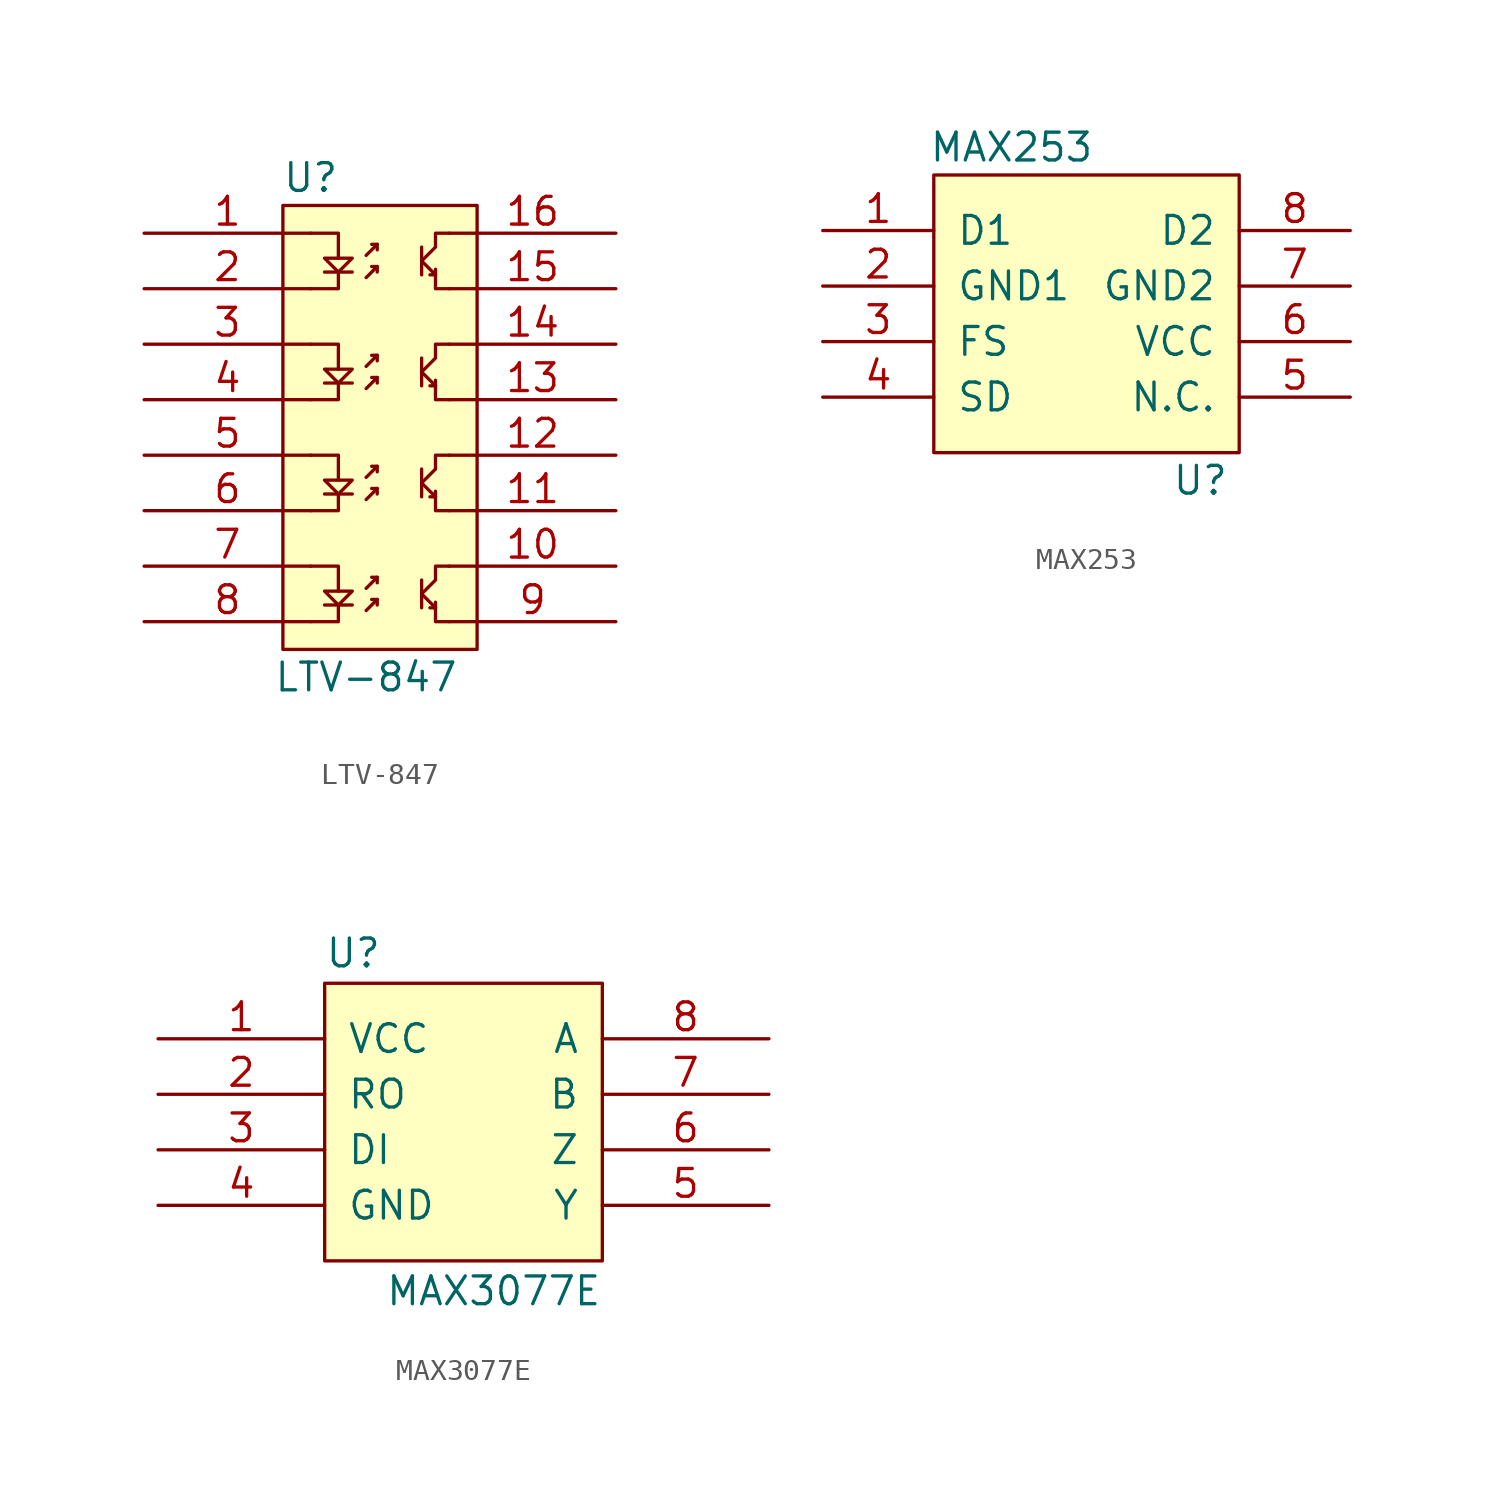
<source format=kicad_sym>
(kicad_symbol_lib
  (version 20211014)
  (generator kicad_symbol_editor)
  (symbol "LTV-847"
    (pin_names
      (offset 1.016))
    (property "Reference" "U"
      (at 7.62 2.54 0)
      (effects (font (size 1.27 1.27))))
    (property "Value" "LTV-847"
      (at 10.16 -20.32 0)
      (effects (font (size 1.27 1.27))))
    (property "Footprint" ""
      (at 0 3.81 0)
      (effects (font (size 1.524 1.524))))
    (property "Datasheet" ""
      (at 0 3.81 0)
      (effects (font (size 1.524 1.524))))
    (symbol "LTV-847_0_1"
      (polyline (pts (xy 8.255 -17.018) (xy 9.525 -17.018)) (stroke (width 0) (type default) (color 0 0 0 0)) (fill (type none)))
      (polyline (pts (xy 8.255 -11.938) (xy 9.525 -11.938)) (stroke (width 0) (type default) (color 0 0 0 0)) (fill (type none)))
      (polyline (pts (xy 8.255 -6.858) (xy 9.525 -6.858)) (stroke (width 0) (type default) (color 0 0 0 0)) (fill (type none)))
      (polyline (pts (xy 8.255 -1.778) (xy 9.525 -1.778)) (stroke (width 0) (type default) (color 0 0 0 0)) (fill (type none)))
      (polyline (pts (xy 10.668 -16.764) (xy 10.668 -17.018)) (stroke (width 0) (type default) (color 0 0 0 0)) (fill (type none)))
      (polyline (pts (xy 10.668 -15.748) (xy 10.668 -16.002)) (stroke (width 0) (type default) (color 0 0 0 0)) (fill (type none)))
      (polyline (pts (xy 10.668 -11.684) (xy 10.668 -11.938)) (stroke (width 0) (type default) (color 0 0 0 0)) (fill (type none)))
      (polyline (pts (xy 10.668 -10.668) (xy 10.668 -10.922)) (stroke (width 0) (type default) (color 0 0 0 0)) (fill (type none)))
      (polyline (pts (xy 10.668 -6.604) (xy 10.668 -6.858)) (stroke (width 0) (type default) (color 0 0 0 0)) (fill (type none)))
      (polyline (pts (xy 10.668 -5.588) (xy 10.668 -5.842)) (stroke (width 0) (type default) (color 0 0 0 0)) (fill (type none)))
      (polyline (pts (xy 10.668 -1.524) (xy 10.668 -1.778)) (stroke (width 0) (type default) (color 0 0 0 0)) (fill (type none)))
      (polyline (pts (xy 10.668 -0.508) (xy 10.668 -0.762)) (stroke (width 0) (type default) (color 0 0 0 0)) (fill (type none)))
      (polyline (pts (xy 12.7 -15.875) (xy 12.7 -17.145)) (stroke (width 0) (type default) (color 0 0 0 0)) (fill (type none)))
      (polyline (pts (xy 12.7 -10.795) (xy 12.7 -12.065)) (stroke (width 0) (type default) (color 0 0 0 0)) (fill (type none)))
      (polyline (pts (xy 12.7 -5.715) (xy 12.7 -6.985)) (stroke (width 0) (type default) (color 0 0 0 0)) (fill (type none)))
      (polyline (pts (xy 12.7 -0.635) (xy 12.7 -1.905)) (stroke (width 0) (type default) (color 0 0 0 0)) (fill (type none)))
      (polyline (pts (xy 13.335 -17.145) (xy 13.081 -17.145)) (stroke (width 0) (type default) (color 0 0 0 0)) (fill (type none)))
      (polyline (pts (xy 13.335 -12.065) (xy 13.081 -12.065)) (stroke (width 0) (type default) (color 0 0 0 0)) (fill (type none)))
      (polyline (pts (xy 13.335 -6.985) (xy 13.081 -6.985)) (stroke (width 0) (type default) (color 0 0 0 0)) (fill (type none)))
      (polyline (pts (xy 13.335 -1.905) (xy 13.081 -1.905)) (stroke (width 0) (type default) (color 0 0 0 0)) (fill (type none)))
      (polyline (pts (xy 8.89 -17.018) (xy 8.89 -17.78) (xy 7.62 -17.78)) (stroke (width 0) (type default) (color 0 0 0 0)) (fill (type none)))
      (polyline (pts (xy 8.89 -16.383) (xy 8.89 -15.24) (xy 7.62 -15.24)) (stroke (width 0) (type default) (color 0 0 0 0)) (fill (type none)))
      (polyline (pts (xy 8.89 -11.938) (xy 8.89 -12.7) (xy 7.62 -12.7)) (stroke (width 0) (type default) (color 0 0 0 0)) (fill (type none)))
      (polyline (pts (xy 8.89 -11.303) (xy 8.89 -10.16) (xy 7.62 -10.16)) (stroke (width 0) (type default) (color 0 0 0 0)) (fill (type none)))
      (polyline (pts (xy 8.89 -6.858) (xy 8.89 -7.62) (xy 7.62 -7.62)) (stroke (width 0) (type default) (color 0 0 0 0)) (fill (type none)))
      (polyline (pts (xy 8.89 -6.223) (xy 8.89 -5.08) (xy 7.62 -5.08)) (stroke (width 0) (type default) (color 0 0 0 0)) (fill (type none)))
      (polyline (pts (xy 8.89 -1.778) (xy 8.89 -2.54) (xy 7.62 -2.54)) (stroke (width 0) (type default) (color 0 0 0 0)) (fill (type none)))
      (polyline (pts (xy 8.89 -1.143) (xy 8.89 0) (xy 7.62 0)) (stroke (width 0) (type default) (color 0 0 0 0)) (fill (type none)))
      (polyline (pts (xy 10.16 -17.272) (xy 10.668 -16.764) (xy 10.414 -16.764)) (stroke (width 0) (type default) (color 0 0 0 0)) (fill (type none)))
      (polyline (pts (xy 10.16 -16.256) (xy 10.668 -15.748) (xy 10.414 -15.748)) (stroke (width 0) (type default) (color 0 0 0 0)) (fill (type none)))
      (polyline (pts (xy 10.16 -12.192) (xy 10.668 -11.684) (xy 10.414 -11.684)) (stroke (width 0) (type default) (color 0 0 0 0)) (fill (type none)))
      (polyline (pts (xy 10.16 -11.176) (xy 10.668 -10.668) (xy 10.414 -10.668)) (stroke (width 0) (type default) (color 0 0 0 0)) (fill (type none)))
      (polyline (pts (xy 10.16 -7.112) (xy 10.668 -6.604) (xy 10.414 -6.604)) (stroke (width 0) (type default) (color 0 0 0 0)) (fill (type none)))
      (polyline (pts (xy 10.16 -6.096) (xy 10.668 -5.588) (xy 10.414 -5.588)) (stroke (width 0) (type default) (color 0 0 0 0)) (fill (type none)))
      (polyline (pts (xy 10.16 -2.032) (xy 10.668 -1.524) (xy 10.414 -1.524)) (stroke (width 0) (type default) (color 0 0 0 0)) (fill (type none)))
      (polyline (pts (xy 10.16 -1.016) (xy 10.668 -0.508) (xy 10.414 -0.508)) (stroke (width 0) (type default) (color 0 0 0 0)) (fill (type none)))
      (polyline (pts (xy 12.7 -16.51) (xy 13.335 -17.145) (xy 13.335 -16.891)) (stroke (width 0) (type default) (color 0 0 0 0)) (fill (type none)))
      (polyline (pts (xy 12.7 -11.43) (xy 13.335 -12.065) (xy 13.335 -11.811)) (stroke (width 0) (type default) (color 0 0 0 0)) (fill (type none)))
      (polyline (pts (xy 12.7 -6.35) (xy 13.335 -6.985) (xy 13.335 -6.731)) (stroke (width 0) (type default) (color 0 0 0 0)) (fill (type none)))
      (polyline (pts (xy 12.7 -1.27) (xy 13.335 -1.905) (xy 13.335 -1.651)) (stroke (width 0) (type default) (color 0 0 0 0)) (fill (type none)))
      (polyline (pts (xy 13.335 -17.145) (xy 13.335 -17.78) (xy 13.97 -17.78)) (stroke (width 0) (type default) (color 0 0 0 0)) (fill (type none)))
      (polyline (pts (xy 13.335 -12.065) (xy 13.335 -12.7) (xy 13.97 -12.7)) (stroke (width 0) (type default) (color 0 0 0 0)) (fill (type none)))
      (polyline (pts (xy 13.335 -6.985) (xy 13.335 -7.62) (xy 13.97 -7.62)) (stroke (width 0) (type default) (color 0 0 0 0)) (fill (type none)))
      (polyline (pts (xy 13.335 -1.905) (xy 13.335 -2.54) (xy 13.97 -2.54)) (stroke (width 0) (type default) (color 0 0 0 0)) (fill (type none)))
      (polyline (pts (xy 8.255 -16.383) (xy 9.525 -16.383) (xy 8.89 -17.018) (xy 8.255 -16.383)) (stroke (width 0) (type default) (color 0 0 0 0)) (fill (type none)))
      (polyline (pts (xy 8.255 -11.303) (xy 9.525 -11.303) (xy 8.89 -11.938) (xy 8.255 -11.303)) (stroke (width 0) (type default) (color 0 0 0 0)) (fill (type none)))
      (polyline (pts (xy 8.255 -6.223) (xy 9.525 -6.223) (xy 8.89 -6.858) (xy 8.255 -6.223)) (stroke (width 0) (type default) (color 0 0 0 0)) (fill (type none)))
      (polyline (pts (xy 8.255 -1.143) (xy 9.525 -1.143) (xy 8.89 -1.778) (xy 8.255 -1.143)) (stroke (width 0) (type default) (color 0 0 0 0)) (fill (type none)))
      (polyline (pts (xy 12.7 -16.51) (xy 13.335 -15.875) (xy 13.335 -15.24) (xy 13.97 -15.24)) (stroke (width 0) (type default) (color 0 0 0 0)) (fill (type none)))
      (polyline (pts (xy 12.7 -11.43) (xy 13.335 -10.795) (xy 13.335 -10.16) (xy 13.97 -10.16)) (stroke (width 0) (type default) (color 0 0 0 0)) (fill (type none)))
      (polyline (pts (xy 12.7 -6.35) (xy 13.335 -5.715) (xy 13.335 -5.08) (xy 13.97 -5.08)) (stroke (width 0) (type default) (color 0 0 0 0)) (fill (type none)))
      (polyline (pts (xy 12.7 -1.27) (xy 13.335 -0.635) (xy 13.335 0) (xy 13.97 0)) (stroke (width 0) (type default) (color 0 0 0 0)) (fill (type none)))
      (rectangle (start 15.24 -19.05) (end 6.35 1.27) (stroke (width 0) (type default) (color 0 0 0 0)) (fill (type background))))
    (symbol "LTV-847_1_1"
      (pin input line (at 0 0 0) (length 7.62) (name "~" (effects (font (size 1.27 1.27)))) (number "1" (effects (font (size 1.27 1.27)))))
      (pin input line (at 21.59 -15.24 180) (length 7.62) (name "~" (effects (font (size 1.27 1.27)))) (number "10" (effects (font (size 1.27 1.27)))))
      (pin input line (at 21.59 -12.7 180) (length 7.62) (name "~" (effects (font (size 1.27 1.27)))) (number "11" (effects (font (size 1.27 1.27)))))
      (pin input line (at 21.59 -10.16 180) (length 7.62) (name "~" (effects (font (size 1.27 1.27)))) (number "12" (effects (font (size 1.27 1.27)))))
      (pin input line (at 21.59 -7.62 180) (length 7.62) (name "~" (effects (font (size 1.27 1.27)))) (number "13" (effects (font (size 1.27 1.27)))))
      (pin input line (at 21.59 -5.08 180) (length 7.62) (name "~" (effects (font (size 1.27 1.27)))) (number "14" (effects (font (size 1.27 1.27)))))
      (pin input line (at 21.59 -2.54 180) (length 7.62) (name "~" (effects (font (size 1.27 1.27)))) (number "15" (effects (font (size 1.27 1.27)))))
      (pin input line (at 21.59 0 180) (length 7.62) (name "~" (effects (font (size 1.27 1.27)))) (number "16" (effects (font (size 1.27 1.27)))))
      (pin input line (at 0 -2.54 0) (length 7.62) (name "~" (effects (font (size 1.27 1.27)))) (number "2" (effects (font (size 1.27 1.27)))))
      (pin input line (at 0 -5.08 0) (length 7.62) (name "~" (effects (font (size 1.27 1.27)))) (number "3" (effects (font (size 1.27 1.27)))))
      (pin input line (at 0 -7.62 0) (length 7.62) (name "~" (effects (font (size 1.27 1.27)))) (number "4" (effects (font (size 1.27 1.27)))))
      (pin input line (at 0 -10.16 0) (length 7.62) (name "~" (effects (font (size 1.27 1.27)))) (number "5" (effects (font (size 1.27 1.27)))))
      (pin input line (at 0 -12.7 0) (length 7.62) (name "~" (effects (font (size 1.27 1.27)))) (number "6" (effects (font (size 1.27 1.27)))))
      (pin input line (at 0 -15.24 0) (length 7.62) (name "~" (effects (font (size 1.27 1.27)))) (number "7" (effects (font (size 1.27 1.27)))))
      (pin input line (at 0 -17.78 0) (length 7.62) (name "~" (effects (font (size 1.27 1.27)))) (number "8" (effects (font (size 1.27 1.27)))))
      (pin input line (at 21.59 -17.78 180) (length 7.62) (name "~" (effects (font (size 1.27 1.27)))) (number "9" (effects (font (size 1.27 1.27)))))))
  (symbol "MAX253"
    (pin_names
      (offset 1.016))
    (property "Reference" "U"
      (at 12.192 -11.43 0)
      (effects (font (size 1.27 1.27))))
    (property "Value" "MAX253"
      (at 3.556 3.81 0)
      (effects (font (size 1.27 1.27))))
    (symbol "MAX253_0_1"
      (rectangle (start 0 2.54) (end 13.97 -10.16) (stroke (width 0) (type default) (color 0 0 0 0)) (fill (type background))))
    (symbol "MAX253_1_1"
      (pin input line (at -5.08 0 0) (length 5.08) (name "D1" (effects (font (size 1.27 1.27)))) (number "1" (effects (font (size 1.27 1.27)))))
      (pin input line (at -5.08 -2.54 0) (length 5.08) (name "GND1" (effects (font (size 1.27 1.27)))) (number "2" (effects (font (size 1.27 1.27)))))
      (pin input line (at -5.08 -5.08 0) (length 5.08) (name "FS" (effects (font (size 1.27 1.27)))) (number "3" (effects (font (size 1.27 1.27)))))
      (pin input line (at -5.08 -7.62 0) (length 5.08) (name "SD" (effects (font (size 1.27 1.27)))) (number "4" (effects (font (size 1.27 1.27)))))
      (pin input line (at 19.05 -7.62 180) (length 5.08) (name "N.C." (effects (font (size 1.27 1.27)))) (number "5" (effects (font (size 1.27 1.27)))))
      (pin input line (at 19.05 -5.08 180) (length 5.08) (name "VCC" (effects (font (size 1.27 1.27)))) (number "6" (effects (font (size 1.27 1.27)))))
      (pin input line (at 19.05 -2.54 180) (length 5.08) (name "GND2" (effects (font (size 1.27 1.27)))) (number "7" (effects (font (size 1.27 1.27)))))
      (pin input line (at 19.05 0 180) (length 5.08) (name "D2" (effects (font (size 1.27 1.27)))) (number "8" (effects (font (size 1.27 1.27)))))))
  (symbol "MAX3077E"
    (pin_names
      (offset 1.016))
    (property "Reference" "U"
      (at -6.35 0.635 0)
      (effects (font (size 1.27 1.27)) (justify left bottom)))
    (property "Value" "MAX3077E"
      (at 6.35 -13.335 0)
      (effects (font (size 1.27 1.27)) (justify right top)))
    (property "Footprint" ""
      (at 1.27 -2.54 0)
      (effects (font (size 1.524 1.524))))
    (property "Datasheet" ""
      (at 1.27 -2.54 0)
      (effects (font (size 1.524 1.524))))
    (symbol "MAX3077E_0_1"
      (rectangle (start -6.35 -12.7) (end 6.35 0) (stroke (width 0) (type default) (color 0 0 0 0)) (fill (type background))))
    (symbol "MAX3077E_1_1"
      (pin power_in line (at -13.97 -2.54 0) (length 7.62) (name "VCC" (effects (font (size 1.27 1.27)))) (number "1" (effects (font (size 1.27 1.27)))))
      (pin output line (at -13.97 -5.08 0) (length 7.62) (name "RO" (effects (font (size 1.27 1.27)))) (number "2" (effects (font (size 1.27 1.27)))))
      (pin input line (at -13.97 -7.62 0) (length 7.62) (name "DI" (effects (font (size 1.27 1.27)))) (number "3" (effects (font (size 1.27 1.27)))))
      (pin power_in line (at -13.97 -10.16 0) (length 7.62) (name "GND" (effects (font (size 1.27 1.27)))) (number "4" (effects (font (size 1.27 1.27)))))
      (pin output line (at 13.97 -10.16 180) (length 7.62) (name "Y" (effects (font (size 1.27 1.27)))) (number "5" (effects (font (size 1.27 1.27)))))
      (pin output line (at 13.97 -7.62 180) (length 7.62) (name "Z" (effects (font (size 1.27 1.27)))) (number "6" (effects (font (size 1.27 1.27)))))
      (pin input line (at 13.97 -5.08 180) (length 7.62) (name "B" (effects (font (size 1.27 1.27)))) (number "7" (effects (font (size 1.27 1.27)))))
      (pin input line (at 13.97 -2.54 180) (length 7.62) (name "A" (effects (font (size 1.27 1.27)))) (number "8" (effects (font (size 1.27 1.27))))))))
</source>
